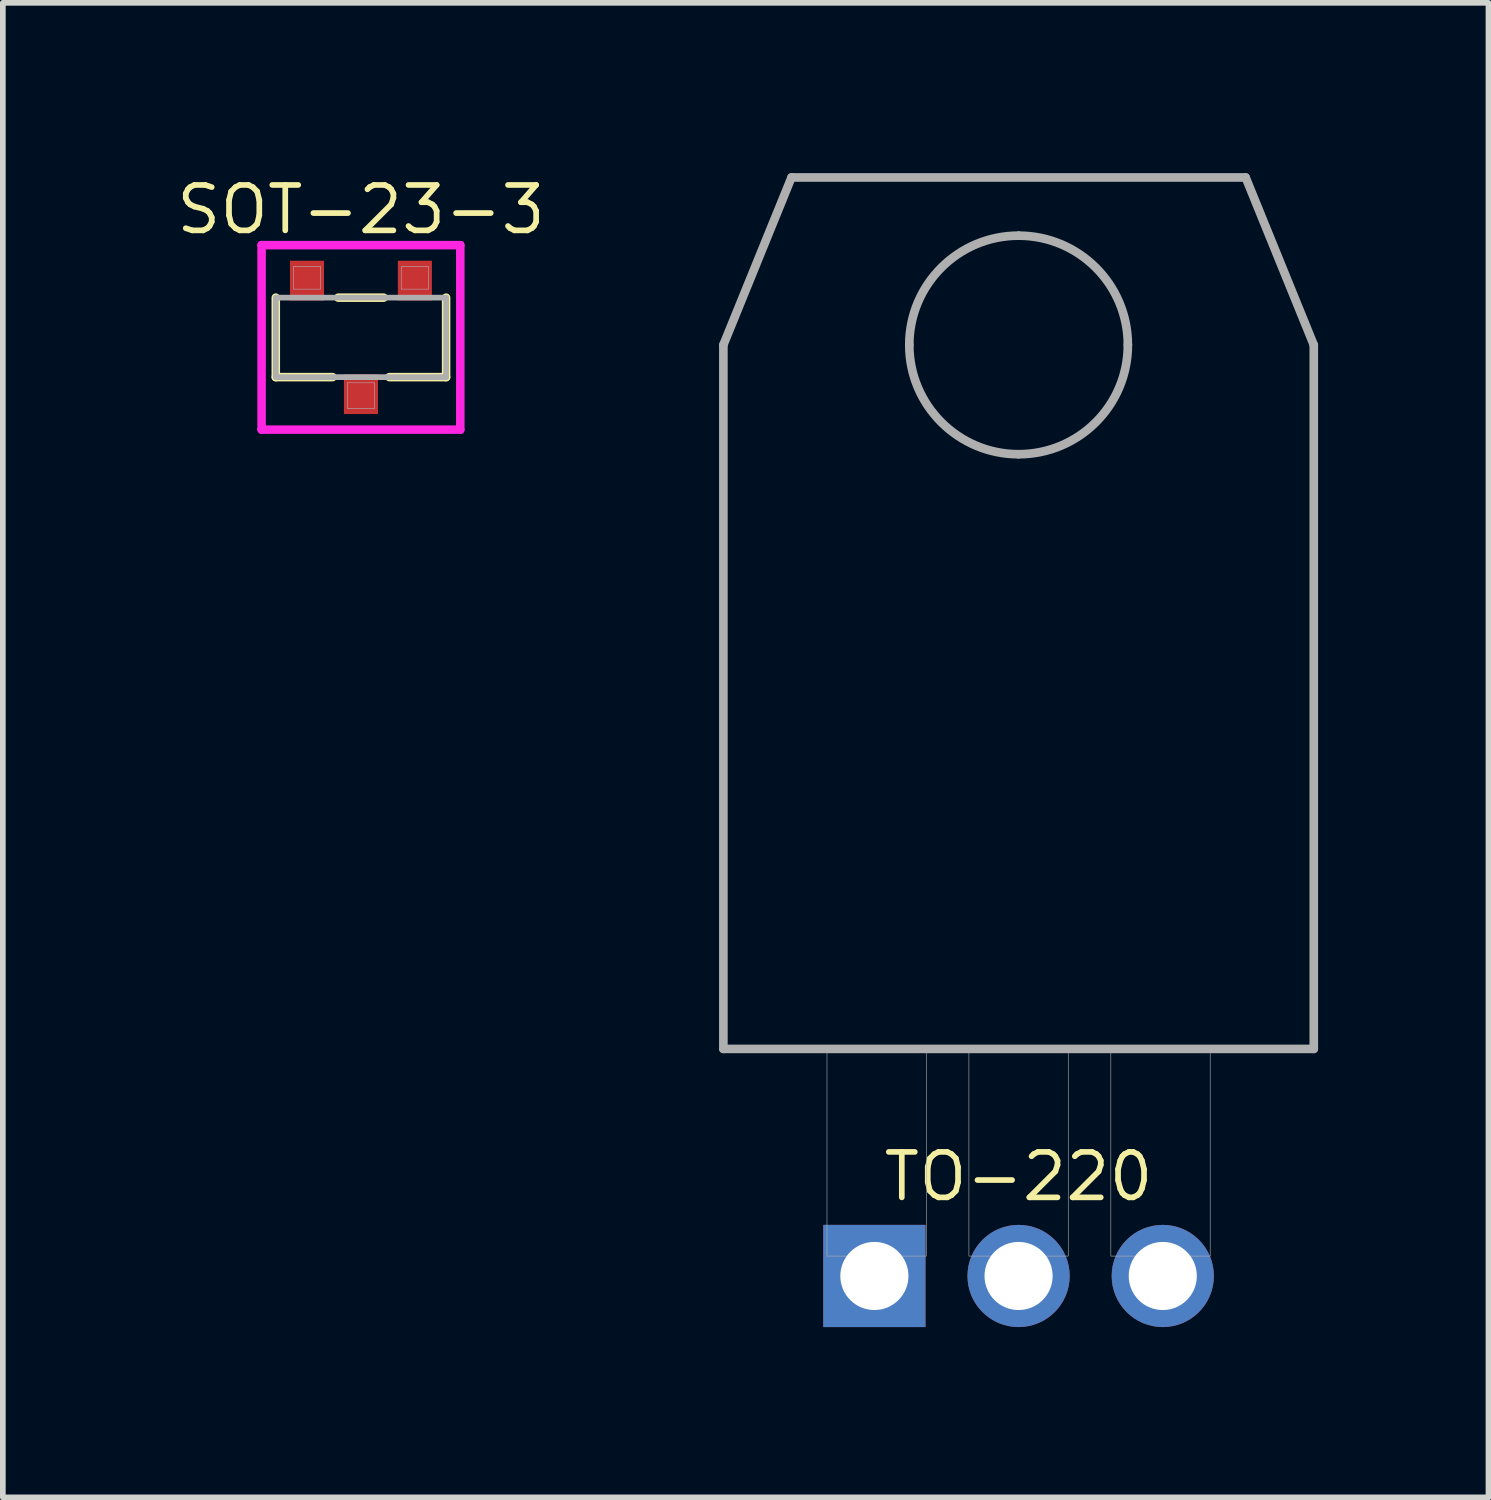
<source format=kicad_pcb>
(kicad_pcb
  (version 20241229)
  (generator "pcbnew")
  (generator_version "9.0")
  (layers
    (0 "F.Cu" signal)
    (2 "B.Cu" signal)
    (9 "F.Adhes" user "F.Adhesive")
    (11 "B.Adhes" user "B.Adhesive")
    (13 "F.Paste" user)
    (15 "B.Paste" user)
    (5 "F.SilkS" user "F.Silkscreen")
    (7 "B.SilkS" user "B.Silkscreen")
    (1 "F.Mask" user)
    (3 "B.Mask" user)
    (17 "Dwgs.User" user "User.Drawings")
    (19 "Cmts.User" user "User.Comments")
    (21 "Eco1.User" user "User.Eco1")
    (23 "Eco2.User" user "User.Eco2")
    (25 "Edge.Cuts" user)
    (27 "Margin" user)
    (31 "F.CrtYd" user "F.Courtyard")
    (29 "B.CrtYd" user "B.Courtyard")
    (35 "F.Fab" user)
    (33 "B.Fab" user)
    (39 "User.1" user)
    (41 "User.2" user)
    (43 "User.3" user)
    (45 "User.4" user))
  (footprint "SOT-23-3"
    (layer "F.Cu")
    (at 3.308 2.893)
    (property "Reference" "SOT-23-3" (at 0 -2.25 0) (layer "F.SilkS") (effects (font (size 0.8 0.8) (thickness 0.1))))
    (attr smd)
    (fp_line (start -1.5 -0.7) (end -1.5 0.7) (stroke (width 0.15) (type solid)) (layer "F.SilkS"))
    (fp_line (start -1.5 0.7) (end -0.5 0.7) (stroke (width 0.15) (type solid)) (layer "F.SilkS"))
    (fp_line (start -0.4 -0.7) (end 0.4 -0.7) (stroke (width 0.15) (type solid)) (layer "F.SilkS"))
    (fp_line (start 0.5 0.7) (end 1.5 0.7) (stroke (width 0.15) (type solid)) (layer "F.SilkS"))
    (fp_line (start 1.5 0.7) (end 1.5 -0.7) (stroke (width 0.15) (type solid)) (layer "F.SilkS"))
    (fp_line (start -1.75 -1.625) (end -1.75 1.625) (stroke (width 0.15) (type solid)) (layer "F.CrtYd"))
    (fp_line (start -1.75 1.625) (end 1.75 1.625) (stroke (width 0.15) (type solid)) (layer "F.CrtYd"))
    (fp_line (start 1.75 -1.625) (end -1.75 -1.625) (stroke (width 0.15) (type solid)) (layer "F.CrtYd"))
    (fp_line (start 1.75 1.625) (end 1.75 -1.625) (stroke (width 0.15) (type solid)) (layer "F.CrtYd"))
    (fp_line (start -1.5 -0.7) (end 1.5 -0.7) (stroke (width 0.1) (type solid)) (layer "F.Fab"))
    (fp_line (start -1.5 0.7) (end -1.5 -0.7) (stroke (width 0.1) (type solid)) (layer "F.Fab"))
    (fp_line (start 1.5 -0.7) (end 1.5 0.7) (stroke (width 0.1) (type solid)) (layer "F.Fab"))
    (fp_line (start 1.5 0.7) (end -1.5 0.7) (stroke (width 0.1) (type solid)) (layer "F.Fab"))
    (fp_poly (pts (xy -1.19 -1.25) (xy -0.71 -1.25) (xy -0.71 -0.85) (xy -1.19 -0.85)) (stroke (width 0.01) (type solid)) (fill no) (layer "F.Fab"))
    (fp_poly (pts (xy -0.24 0.8) (xy 0.24 0.8) (xy 0.24 1.25) (xy -0.24 1.25)) (stroke (width 0.01) (type solid)) (fill no) (layer "F.Fab"))
    (fp_poly (pts (xy 0.71 -1.25) (xy 1.19 -1.25) (xy 1.19 -0.85) (xy 0.71 -0.85)) (stroke (width 0.01) (type solid)) (fill no) (layer "F.Fab"))
    (pad "1" smd rect (at 0.95 -1) (size 0.6 0.7) (layers "F.Cu" "F.Mask" "F.Paste"))
    (pad "2" smd rect (at -0.95 -1) (size 0.6 0.7) (layers "F.Cu" "F.Mask" "F.Paste"))
    (pad "3" smd rect (at 0 1) (size 0.6 0.7) (layers "F.Cu" "F.Mask" "F.Paste")))
  (footprint "TO-220"
    (layer "F.Cu")
    (at 14.892 19.426)
    (property "Reference" "TO-220" (at 0 -1.75 0) (layer "F.SilkS") (effects (font (size 0.8 0.8) (thickness 0.1))))
    (attr through_hole)
    (fp_line (start -5.2 -16.4) (end -4 -19.35) (stroke (width 0.152) (type solid)) (layer "F.Fab"))
    (fp_line (start -5.2 -4) (end -5.2 -16.4) (stroke (width 0.152) (type solid)) (layer "F.Fab"))
    (fp_line (start -4 -19.35) (end 4 -19.35) (stroke (width 0.152) (type solid)) (layer "F.Fab"))
    (fp_line (start 4 -19.35) (end 5.2 -16.4) (stroke (width 0.152) (type solid)) (layer "F.Fab"))
    (fp_line (start 5.2 -16.4) (end 5.2 -4) (stroke (width 0.152) (type solid)) (layer "F.Fab"))
    (fp_line (start 5.2 -4) (end -5.2 -4) (stroke (width 0.152) (type solid)) (layer "F.Fab"))
    (fp_arc (start -1.925 -16.4) (mid -1.361181 -17.761181) (end 0 -18.325) (stroke (width 0.1524) (type solid)) (layer "F.Fab"))
    (fp_arc (start 0 -18.325) (mid 1.361181 -17.761181) (end 1.925 -16.4) (stroke (width 0.1524) (type solid)) (layer "F.Fab"))
    (fp_arc (start 0 -14.475) (mid -1.361181 -15.038819) (end -1.925 -16.4) (stroke (width 0.1524) (type solid)) (layer "F.Fab"))
    (fp_arc (start 1.925 -16.4) (mid 1.361181 -15.038819) (end 0 -14.475) (stroke (width 0.1524) (type solid)) (layer "F.Fab"))
    (fp_poly (pts (xy -3.375 -4) (xy -1.625 -4) (xy -1.625 -0.35) (xy -3.375 -0.35)) (stroke (width 0.01) (type solid)) (fill no) (layer "F.Fab"))
    (fp_poly (pts (xy -2.98 -0.35) (xy -2.1 -0.35) (xy -2.1 0.35) (xy -2.98 0.35)) (stroke (width 0.01) (type solid)) (fill no) (layer "F.Fab"))
    (fp_poly (pts (xy -0.875 -4) (xy 0.875 -4) (xy 0.875 -0.35) (xy -0.875 -0.35)) (stroke (width 0.01) (type solid)) (fill no) (layer "F.Fab"))
    (fp_poly (pts (xy -0.44 -0.35) (xy 0.44 -0.35) (xy 0.44 0.35) (xy -0.44 0.35)) (stroke (width 0.01) (type solid)) (fill no) (layer "F.Fab"))
    (fp_poly (pts (xy 1.625 -4) (xy 3.375 -4) (xy 3.375 -0.35) (xy 1.625 -0.35)) (stroke (width 0.01) (type solid)) (fill no) (layer "F.Fab"))
    (fp_poly (pts (xy 2.1 -0.35) (xy 2.98 -0.35) (xy 2.98 0.35) (xy 2.1 0.35)) (stroke (width 0.01) (type solid)) (fill no) (layer "F.Fab"))
    (pad "1" thru_hole rect (at -2.54 0) (size 1.8 1.8) (drill 1.2) (layers "*.Cu" "*.Mask"))
    (pad "2" thru_hole circle (at 0 0) (size 1.8 1.8) (drill 1.2) (layers "*.Cu" "*.Mask"))
    (pad "3" thru_hole circle (at 2.54 0) (size 1.8 1.8) (drill 1.2) (layers "*.Cu" "*.Mask")))
  (gr_rect
    (start -3 -3)
    (end 23.169 23.326)
    (stroke (width 0.1) (type default))
    (fill no)
    (layer "Edge.Cuts")))
</source>
